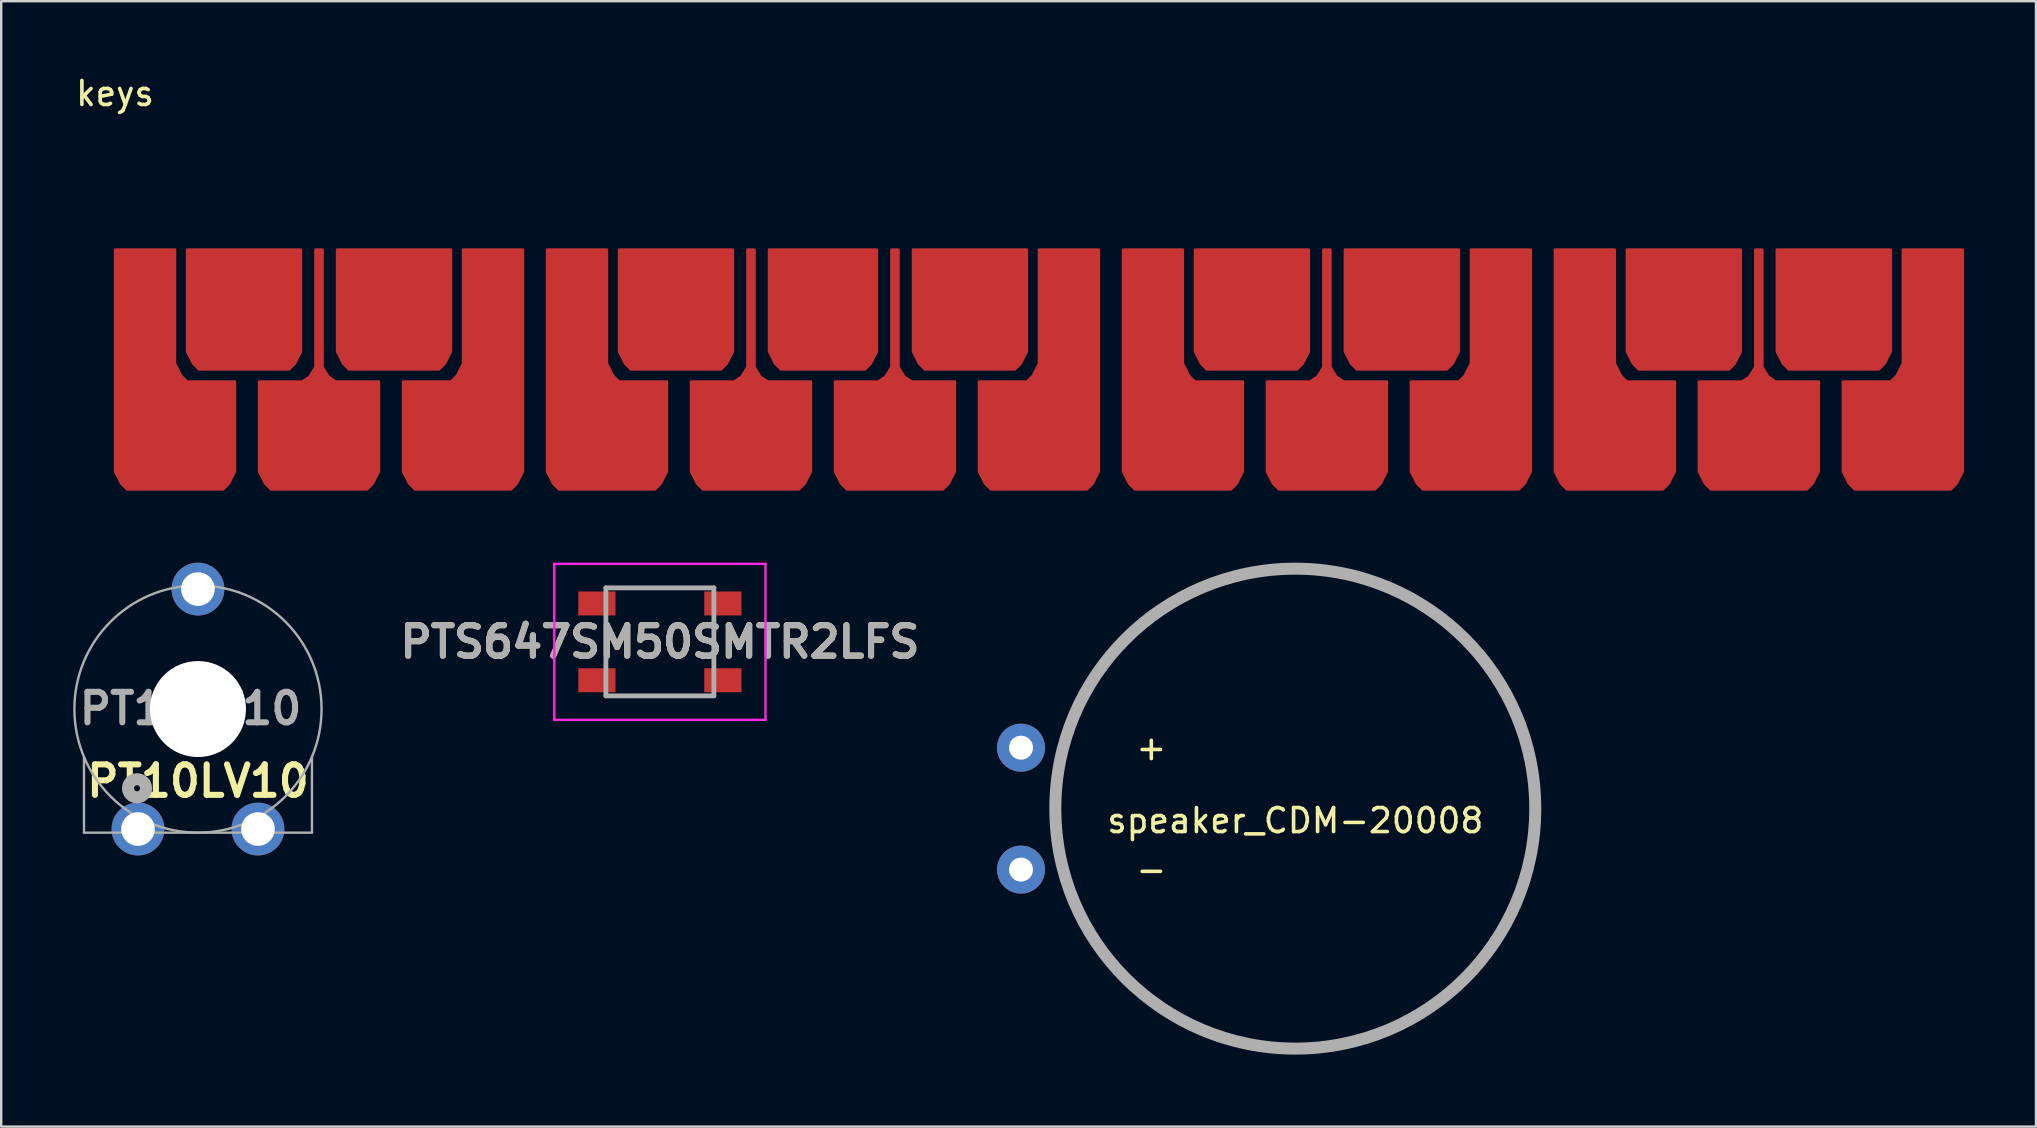
<source format=kicad_pcb>
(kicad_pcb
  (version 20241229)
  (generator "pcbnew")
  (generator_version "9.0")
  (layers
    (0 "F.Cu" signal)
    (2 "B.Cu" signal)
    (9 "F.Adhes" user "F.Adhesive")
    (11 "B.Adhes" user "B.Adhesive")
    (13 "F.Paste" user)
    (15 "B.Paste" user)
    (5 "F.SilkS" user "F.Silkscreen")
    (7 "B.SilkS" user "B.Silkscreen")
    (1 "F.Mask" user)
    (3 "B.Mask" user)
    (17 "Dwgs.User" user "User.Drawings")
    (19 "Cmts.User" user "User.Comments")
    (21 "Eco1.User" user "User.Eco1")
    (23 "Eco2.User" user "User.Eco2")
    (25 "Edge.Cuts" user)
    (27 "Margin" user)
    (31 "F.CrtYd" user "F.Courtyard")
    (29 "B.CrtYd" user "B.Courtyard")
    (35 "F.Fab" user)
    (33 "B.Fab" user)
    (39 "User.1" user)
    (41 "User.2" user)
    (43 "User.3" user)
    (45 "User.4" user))
  (footprint "speaker_CDM-20008"
    (layer "F.Cu")
    (at 50.928 30.648)
    (property "Reference" "speaker_CDM-20008" (at 0 0.5 0) (layer "F.SilkS") (effects (font (size 1 1) (thickness 0.15))))
    (attr through_hole)
    (fp_circle (center 0 0) (end 10 0) (stroke (width 0.5) (type solid)) (fill no) (layer "F.Fab"))
    (fp_text user "+" (at -6 -2.54 0) (layer "F.SilkS") (effects (font (size 1 1) (thickness 0.15))))
    (fp_text user "-" (at -6 2.54 0) (layer "F.SilkS") (effects (font (size 1 1) (thickness 0.15))))
    (pad "1" thru_hole circle (at -11.43 -2.54) (size 2 2) (drill 1) (layers "*.Cu" "*.Mask"))
    (pad "2" thru_hole circle (at -11.43 2.54) (size 2 2) (drill 1) (layers "*.Cu" "*.Mask")))
  (footprint "keys"
    (layer "F.Cu")
    (at 1.744 7.348)
    (property "Reference" "keys" (at 0 -6.5 0) (layer "F.SilkS") (effects (font (size 1 1) (thickness 0.15))))
    (attr through_hole)
    (pad "A#1" smd custom (at 35 1) (size 1.524 1.524) (layers "F.Cu" "F.Mask" "F.Paste") (options (anchor rect)) (primitives (gr_poly (pts (xy 3 3.25) (xy 2.75 3.75) (xy 2.5 4) (xy -1.25 4) (xy -1.5 3.75) (xy -1.75 3.25) (xy -1.75 -1) (xy 3 -1)) (width 0.1) (fill yes))))
    (pad "A1" smd custom (at 31 7) (size 1.524 1.524) (layers "F.Cu" "F.Mask" "F.Paste") (options (anchor rect)) (primitives (gr_poly (pts (xy -1 2.25) (xy -0.75 2.75) (xy -0.5 3) (xy 3.5 3) (xy 3.75 2.75) (xy 4 2.25) (xy 4 -1.5) (xy 2.2 -1.5) (xy 1.9 -1.7) (xy 1.65 -2.1) (xy 1.65 -7) (xy 1.35 -7) (xy 1.35 -2.1) (xy 1.1 -1.7) (xy 0.8 -1.5) (xy -1 -1.5)) (width 0.1) (fill yes))))
    (pad "A2" smd custom (at 76 1 180) (size 1.524 1.524) (layers "F.Cu" "F.Mask" "F.Paste") (options (anchor rect)) (primitives (gr_poly (pts (xy 4 -8.25) (xy 3.75 -8.75) (xy 3.5 -9) (xy -0.5 -9) (xy -0.75 -8.75) (xy -1 -8.25) (xy -1 1) (xy 1.5 1) (xy 1.5 -1.75) (xy 1.5 -3.75) (xy 1.75 -4.25) (xy 2 -4.5) (xy 4 -4.5)) (width 0.1) (fill yes))))
    (pad "B1" smd custom (at 40 1 180) (size 1.524 1.524) (layers "F.Cu" "F.Mask" "F.Paste") (options (anchor rect)) (primitives (gr_poly (pts (xy 4 -8.25) (xy 3.75 -8.75) (xy 3.5 -9) (xy -0.5 -9) (xy -0.75 -8.75) (xy -1 -8.25) (xy -1 1) (xy 1.5 1) (xy 1.5 -1.75) (xy 1.5 -3.75) (xy 1.75 -4.25) (xy 2 -4.5) (xy 4 -4.5)) (width 0.1) (fill yes))))
    (pad "C#1" smd custom (at 5 1) (size 1.524 1.524) (layers "F.Cu" "F.Mask" "F.Paste") (options (anchor rect)) (primitives (gr_poly (pts (xy 2.75 3.25) (xy 2.5 3.75) (xy 2.25 4) (xy -1.5 4) (xy -1.75 3.75) (xy -2 3.25) (xy -2 -1) (xy 2.75 -1)) (width 0.1) (fill yes))))
    (pad "C#2" smd custom (at 47 1) (size 1.524 1.524) (layers "F.Cu" "F.Mask" "F.Paste") (options (anchor rect)) (primitives (gr_poly (pts (xy 2.75 3.25) (xy 2.5 3.75) (xy 2.25 4) (xy -1.5 4) (xy -1.75 3.75) (xy -2 3.25) (xy -2 -1) (xy 2.75 -1)) (width 0.1) (fill yes))))
    (pad "C1" smd custom (at 1 1) (size 1.524 1.524) (layers "F.Cu" "F.Mask" "F.Paste") (options (anchor rect)) (primitives (gr_poly (pts (xy 4 8.25) (xy 3.75 8.75) (xy 3.5 9) (xy -0.5 9) (xy -0.75 8.75) (xy -1 8.25) (xy -1 -1) (xy 1.5 -1) (xy 1.5 1.75) (xy 1.5 3.75) (xy 1.75 4.25) (xy 2 4.5) (xy 4 4.5)) (width 0.1) (fill yes))))
    (pad "C2" smd custom (at 43 1) (size 1.524 1.524) (layers "F.Cu" "F.Mask" "F.Paste") (options (anchor rect)) (primitives (gr_poly (pts (xy 4 8.25) (xy 3.75 8.75) (xy 3.5 9) (xy -0.5 9) (xy -0.75 8.75) (xy -1 8.25) (xy -1 -1) (xy 1.5 -1) (xy 1.5 1.75) (xy 1.5 3.75) (xy 1.75 4.25) (xy 2 4.5) (xy 4 4.5)) (width 0.1) (fill yes))))
    (pad "D#1" smd custom (at 11 1) (size 1.524 1.524) (layers "F.Cu" "F.Mask" "F.Paste") (options (anchor rect)) (primitives (gr_poly (pts (xy 3 3.25) (xy 2.75 3.75) (xy 2.5 4) (xy -1.25 4) (xy -1.5 3.75) (xy -1.75 3.25) (xy -1.75 -1) (xy 3 -1)) (width 0.1) (fill yes))))
    (pad "D#2" smd custom (at 53 1) (size 1.524 1.524) (layers "F.Cu" "F.Mask" "F.Paste") (options (anchor rect)) (primitives (gr_poly (pts (xy 3 3.25) (xy 2.75 3.75) (xy 2.5 4) (xy -1.25 4) (xy -1.5 3.75) (xy -1.75 3.25) (xy -1.75 -1) (xy 3 -1)) (width 0.1) (fill yes))))
    (pad "D1" smd custom (at 7 7) (size 1.524 1.524) (layers "F.Cu" "F.Mask" "F.Paste") (options (anchor rect)) (primitives (gr_poly (pts (xy -1 2.25) (xy -0.75 2.75) (xy -0.5 3) (xy 3.5 3) (xy 3.75 2.75) (xy 4 2.25) (xy 4 -1.5) (xy 2.2 -1.5) (xy 1.9 -1.7) (xy 1.65 -2.1) (xy 1.65 -7) (xy 1.35 -7) (xy 1.35 -2.1) (xy 1.1 -1.7) (xy 0.8 -1.5) (xy -1 -1.5)) (width 0.1) (fill yes))))
    (pad "D2" smd custom (at 49 7) (size 1.524 1.524) (layers "F.Cu" "F.Mask" "F.Paste") (options (anchor rect)) (primitives (gr_poly (pts (xy -1 2.25) (xy -0.75 2.75) (xy -0.5 3) (xy 3.5 3) (xy 3.75 2.75) (xy 4 2.25) (xy 4 -1.5) (xy 2.2 -1.5) (xy 1.9 -1.7) (xy 1.65 -2.1) (xy 1.65 -7) (xy 1.35 -7) (xy 1.35 -2.1) (xy 1.1 -1.7) (xy 0.8 -1.5) (xy -1 -1.5)) (width 0.1) (fill yes))))
    (pad "E1" smd custom (at 16 1 180) (size 1.524 1.524) (layers "F.Cu" "F.Mask" "F.Paste") (options (anchor rect)) (primitives (gr_poly (pts (xy 4 -8.25) (xy 3.75 -8.75) (xy 3.5 -9) (xy -0.5 -9) (xy -0.75 -8.75) (xy -1 -8.25) (xy -1 1) (xy 1.5 1) (xy 1.5 -1.75) (xy 1.5 -3.75) (xy 1.75 -4.25) (xy 2 -4.5) (xy 4 -4.5)) (width 0.1) (fill yes))))
    (pad "E2" smd custom (at 58 1 180) (size 1.524 1.524) (layers "F.Cu" "F.Mask" "F.Paste") (options (anchor rect)) (primitives (gr_poly (pts (xy 4 -8.25) (xy 3.75 -8.75) (xy 3.5 -9) (xy -0.5 -9) (xy -0.75 -8.75) (xy -1 -8.25) (xy -1 1) (xy 1.5 1) (xy 1.5 -1.75) (xy 1.5 -3.75) (xy 1.75 -4.25) (xy 2 -4.5) (xy 4 -4.5)) (width 0.1) (fill yes))))
    (pad "F#1" smd custom (at 23 1) (size 1.524 1.524) (layers "F.Cu" "F.Mask" "F.Paste") (options (anchor rect)) (primitives (gr_poly (pts (xy 2.75 3.25) (xy 2.5 3.75) (xy 2.25 4) (xy -1.5 4) (xy -1.75 3.75) (xy -2 3.25) (xy -2 -1) (xy 2.75 -1)) (width 0.1) (fill yes))))
    (pad "F#2" smd custom (at 65 1) (size 1.524 1.524) (layers "F.Cu" "F.Mask" "F.Paste") (options (anchor rect)) (primitives (gr_poly (pts (xy 2.75 3.25) (xy 2.5 3.75) (xy 2.25 4) (xy -1.5 4) (xy -1.75 3.75) (xy -2 3.25) (xy -2 -1) (xy 2.75 -1)) (width 0.1) (fill yes))))
    (pad "F1" smd custom (at 19 1) (size 1.524 1.524) (layers "F.Cu" "F.Mask" "F.Paste") (options (anchor rect)) (primitives (gr_poly (pts (xy 4 8.25) (xy 3.75 8.75) (xy 3.5 9) (xy -0.5 9) (xy -0.75 8.75) (xy -1 8.25) (xy -1 -1) (xy 1.5 -1) (xy 1.5 1.75) (xy 1.5 3.75) (xy 1.75 4.25) (xy 2 4.5) (xy 4 4.5)) (width 0.1) (fill yes))))
    (pad "F2" smd custom (at 61 1) (size 1.524 1.524) (layers "F.Cu" "F.Mask" "F.Paste") (options (anchor rect)) (primitives (gr_poly (pts (xy 4 8.25) (xy 3.75 8.75) (xy 3.5 9) (xy -0.5 9) (xy -0.75 8.75) (xy -1 8.25) (xy -1 -1) (xy 1.5 -1) (xy 1.5 1.75) (xy 1.5 3.75) (xy 1.75 4.25) (xy 2 4.5) (xy 4 4.5)) (width 0.1) (fill yes))))
    (pad "G#1" smd custom (at 29 1) (size 1.524 1.524) (layers "F.Cu" "F.Mask" "F.Paste") (options (anchor rect)) (primitives (gr_poly (pts (xy 2.75 3.25) (xy 2.5 3.75) (xy 2.25 4) (xy -1.25 4) (xy -1.5 3.75) (xy -1.75 3.25) (xy -1.75 -1) (xy 2.75 -1)) (width 0.1) (fill yes))))
    (pad "G#2" smd custom (at 71 1) (size 1.524 1.524) (layers "F.Cu" "F.Mask" "F.Paste") (options (anchor rect)) (primitives (gr_poly (pts (xy 3 3.25) (xy 2.75 3.75) (xy 2.5 4) (xy -1.25 4) (xy -1.5 3.75) (xy -1.75 3.25) (xy -1.75 -1) (xy 3 -1)) (width 0.1) (fill yes))))
    (pad "G1" smd custom (at 25 7) (size 1.524 1.524) (layers "F.Cu" "F.Mask" "F.Paste") (options (anchor rect)) (primitives (gr_poly (pts (xy -1 2.25) (xy -0.75 2.75) (xy -0.5 3) (xy 3.5 3) (xy 3.75 2.75) (xy 4 2.25) (xy 4 -1.5) (xy 2.2 -1.5) (xy 1.9 -1.7) (xy 1.65 -2.1) (xy 1.65 -7) (xy 1.35 -7) (xy 1.35 -2.1) (xy 1.1 -1.7) (xy 0.8 -1.5) (xy -1 -1.5)) (width 0.1) (fill yes))))
    (pad "G2" smd custom (at 67 7) (size 1.524 1.524) (layers "F.Cu" "F.Mask" "F.Paste") (options (anchor rect)) (primitives (gr_poly (pts (xy -1 2.25) (xy -0.75 2.75) (xy -0.5 3) (xy 3.5 3) (xy 3.75 2.75) (xy 4 2.25) (xy 4 -1.5) (xy 2.2 -1.5) (xy 1.9 -1.7) (xy 1.65 -2.1) (xy 1.65 -7) (xy 1.35 -7) (xy 1.35 -2.1) (xy 1.1 -1.7) (xy 0.8 -1.5) (xy -1 -1.5)) (width 0.1) (fill yes)))))
  (footprint "PTS647SM50SMTR2LFS"
    (layer "F.Cu")
    (at 24.449 23.698)
    (property "Reference" "PTS647SM50SMTR2LFS" (at 0 0 0) (layer "F.SilkS") (effects (font (size 1.27 1.27) (thickness 0.254))))
    (attr smd)
    (fp_line (start -4.4 -3.25) (end 4.4 -3.25) (stroke (width 0.1) (type solid)) (layer "F.CrtYd"))
    (fp_line (start -4.4 3.25) (end -4.4 -3.25) (stroke (width 0.1) (type solid)) (layer "F.CrtYd"))
    (fp_line (start 4.4 -3.25) (end 4.4 3.25) (stroke (width 0.1) (type solid)) (layer "F.CrtYd"))
    (fp_line (start 4.4 3.25) (end -4.4 3.25) (stroke (width 0.1) (type solid)) (layer "F.CrtYd"))
    (fp_line (start -2.25 -2.25) (end 2.25 -2.25) (stroke (width 0.2) (type solid)) (layer "F.Fab"))
    (fp_line (start -2.25 2.25) (end -2.25 -2.25) (stroke (width 0.2) (type solid)) (layer "F.Fab"))
    (fp_line (start 2.25 -2.25) (end 2.25 2.25) (stroke (width 0.2) (type solid)) (layer "F.Fab"))
    (fp_line (start 2.25 2.25) (end -2.25 2.25) (stroke (width 0.2) (type solid)) (layer "F.Fab"))
    (fp_text user "${REFERENCE}" (at 0 0 0) (layer "F.Fab") (effects (font (size 1.27 1.27) (thickness 0.254))))
    (pad "1" smd rect (at -2.625 -1.6 90) (size 1 1.55) (layers "F.Cu" "F.Mask" "F.Paste"))
    (pad "1" smd rect (at 2.625 -1.6 90) (size 1 1.55) (layers "F.Cu" "F.Mask" "F.Paste"))
    (pad "2" smd rect (at -2.625 1.6 90) (size 1 1.55) (layers "F.Cu" "F.Mask" "F.Paste"))
    (pad "2" smd rect (at 2.625 1.6 90) (size 1 1.55) (layers "F.Cu" "F.Mask" "F.Paste")))
  (footprint "PT10LV10"
    (layer "F.Cu")
    (at 5.2 26.498)
    (property "Reference" "PT10LV10" (at 0 3 0) (layer "F.SilkS") (effects (font (size 1.27 1.27) (thickness 0.254))))
    (attr through_hole)
    (fp_line (start -4.75 5.15) (end -4.75 2) (stroke (width 0.1) (type solid)) (layer "F.Fab"))
    (fp_line (start -4.75 5.15) (end 4.75 5.15) (stroke (width 0.1) (type solid)) (layer "F.Fab"))
    (fp_line (start 4.75 5.15) (end 4.75 2) (stroke (width 0.1) (type solid)) (layer "F.Fab"))
    (fp_circle (center -2.54 3.302) (end -2.413 3.302) (stroke (width 0.5) (type solid)) (fill no) (layer "F.Fab"))
    (fp_circle (center 0 0) (end 0 5.15) (stroke (width 0.1) (type solid)) (fill no) (layer "F.Fab"))
    (fp_text user "${REFERENCE}" (at -0.311 -0.022 0) (layer "F.Fab") (effects (font (size 1.27 1.27) (thickness 0.254))))
    (pad "" np_thru_hole circle (at 0 0) (size 4 4) (drill 4) (layers "*.Cu" "*.Mask"))
    (pad "1" thru_hole circle (at -2.5 5) (size 2.2 2.2) (drill 1.4) (layers "*.Cu" "*.Mask"))
    (pad "2" thru_hole circle (at 0 -5) (size 2.2 2.2) (drill 1.4) (layers "*.Cu" "*.Mask"))
    (pad "3" thru_hole circle (at 2.5 5) (size 2.2 2.2) (drill 1.4) (layers "*.Cu" "*.Mask")))
  (gr_rect
    (start -3 -3)
    (end 81.794 43.898)
    (stroke (width 0.1) (type default))
    (fill no)
    (layer "Edge.Cuts")))
</source>
